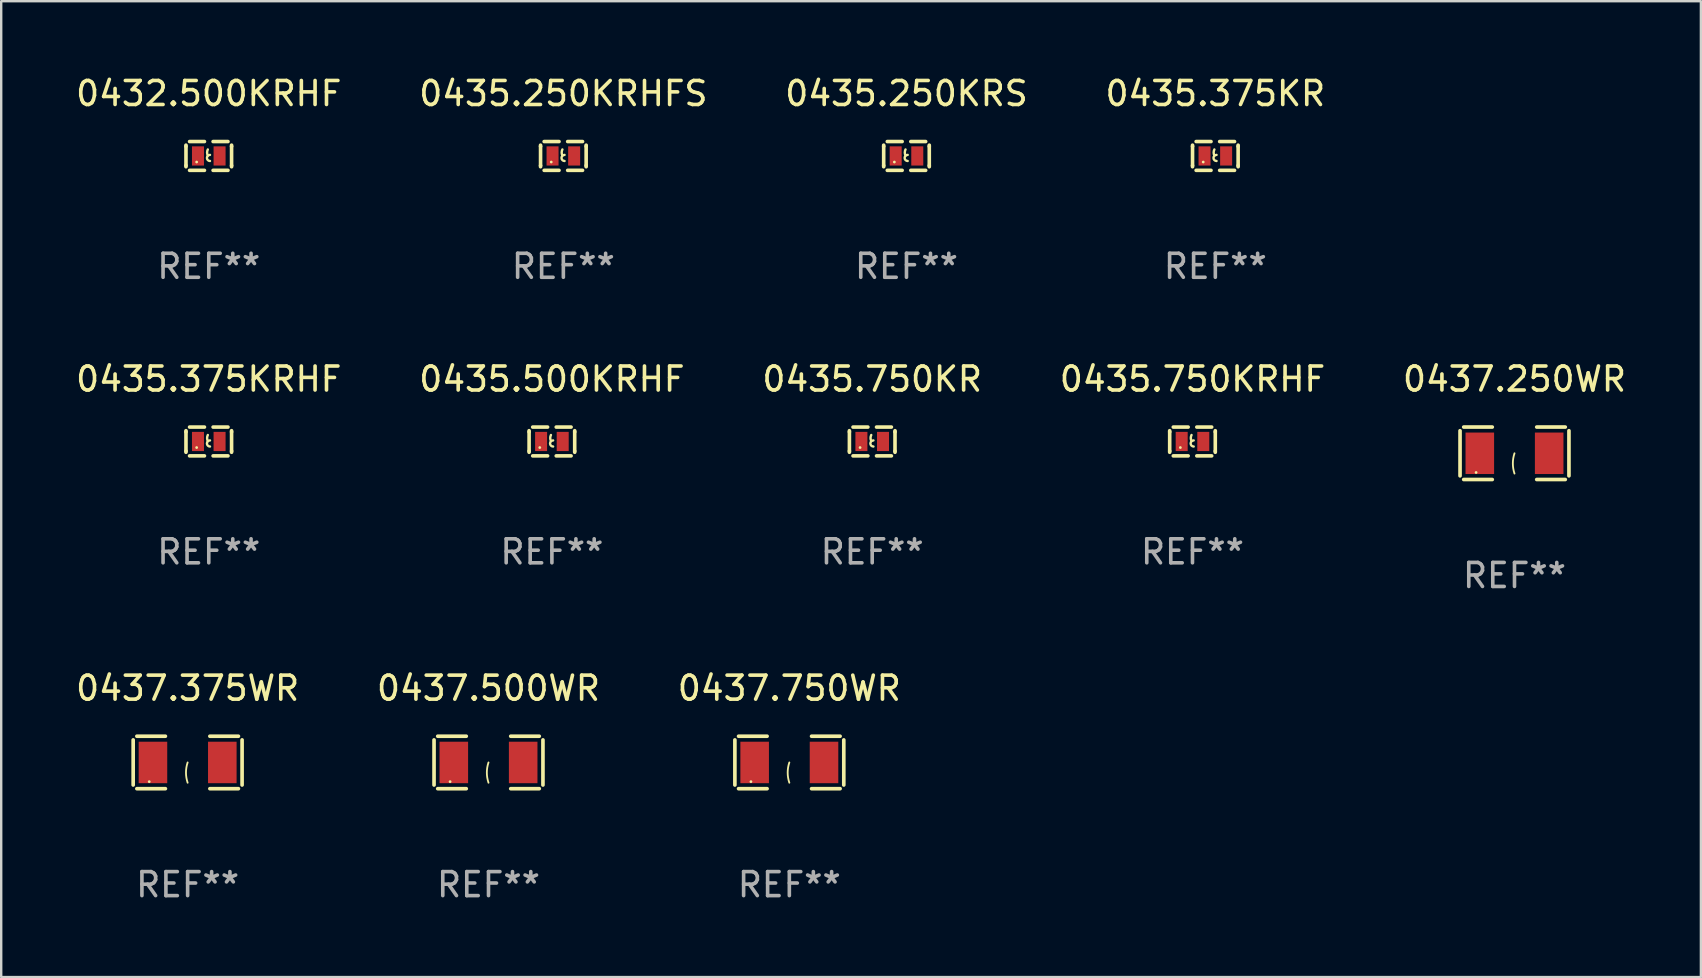
<source format=kicad_pcb>
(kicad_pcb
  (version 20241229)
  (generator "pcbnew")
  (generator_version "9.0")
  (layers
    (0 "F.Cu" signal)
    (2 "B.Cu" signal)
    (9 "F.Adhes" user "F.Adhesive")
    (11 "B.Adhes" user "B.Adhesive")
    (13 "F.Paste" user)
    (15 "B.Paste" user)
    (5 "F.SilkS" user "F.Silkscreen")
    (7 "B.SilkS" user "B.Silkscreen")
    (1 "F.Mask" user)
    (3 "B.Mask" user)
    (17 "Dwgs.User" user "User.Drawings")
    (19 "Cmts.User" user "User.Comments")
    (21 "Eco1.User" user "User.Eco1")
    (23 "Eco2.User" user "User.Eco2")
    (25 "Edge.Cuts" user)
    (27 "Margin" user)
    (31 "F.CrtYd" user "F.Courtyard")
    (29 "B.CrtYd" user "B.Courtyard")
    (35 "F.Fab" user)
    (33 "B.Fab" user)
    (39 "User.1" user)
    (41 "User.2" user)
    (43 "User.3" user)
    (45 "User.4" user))
  (footprint "0435.250KRHFS"
    (layer "F.Cu")
    (at 20.423 3.448)
    (property "Reference" "0435.250KRHFS" (at 0 -2.6 0) (layer "F.SilkS") (effects (font (size 1 1) (thickness 0.15))))
    (attr through_hole)
    (fp_line (start -0.95 -0.45) (end -0.95 -0.4) (stroke (width 0.15) (type solid)) (layer "F.SilkS"))
    (fp_line (start -0.95 -0.4) (end -0.95 0.4) (stroke (width 0.15) (type solid)) (layer "F.SilkS"))
    (fp_line (start -0.95 0.45) (end -0.95 0.4) (stroke (width 0.15) (type solid)) (layer "F.SilkS"))
    (fp_line (start -0.18 -0.6) (end -0.8 -0.6) (stroke (width 0.15) (type solid)) (layer "F.SilkS"))
    (fp_line (start -0.18 0.6) (end -0.8 0.6) (stroke (width 0.15) (type solid)) (layer "F.SilkS"))
    (fp_line (start 0.18 -0.6) (end 0.8 -0.6) (stroke (width 0.15) (type solid)) (layer "F.SilkS"))
    (fp_line (start 0.18 0.6) (end 0.8 0.6) (stroke (width 0.15) (type solid)) (layer "F.SilkS"))
    (fp_line (start 0.95 -0.45) (end 0.95 -0.4) (stroke (width 0.15) (type solid)) (layer "F.SilkS"))
    (fp_line (start 0.95 -0.4) (end 0.95 0.4) (stroke (width 0.15) (type solid)) (layer "F.SilkS"))
    (fp_line (start 0.95 0.45) (end 0.95 0.4) (stroke (width 0.15) (type solid)) (layer "F.SilkS"))
    (fp_arc (start -0.039942 -0.016052) (mid -0.069923 -0.143053) (end -0.039942 -0.270053) (stroke (width 0.1) (type solid)) (layer "F.SilkS"))
    (fp_arc (start 0.050076 0.209957) (mid -0.076924 0.082957) (end 0.050076 -0.044043) (stroke (width 0.1) (type solid)) (layer "F.SilkS"))
    (fp_circle (center -0.505 0.253) (end -0.475 0.253) (stroke (width 0.06) (type solid)) (fill no) (layer "F.SilkS"))
    (fp_text user "REF**" (at 0 4.6 0) (layer "F.Fab") (effects (font (size 1 1) (thickness 0.15))))
    (pad "1" smd rect (at -0.45 -0.000051) (size 0.5 0.8) (layers "F.Cu" "F.Mask" "F.Paste"))
    (pad "2" smd rect (at 0.45 -0.000051) (size 0.5 0.8) (layers "F.Cu" "F.Mask" "F.Paste")))
  (footprint "0435.250KRS"
    (layer "F.Cu")
    (at 34.72 3.448)
    (property "Reference" "0435.250KRS" (at 0 -2.6 0) (layer "F.SilkS") (effects (font (size 1 1) (thickness 0.15))))
    (attr through_hole)
    (fp_line (start -0.95 -0.45) (end -0.95 -0.4) (stroke (width 0.15) (type solid)) (layer "F.SilkS"))
    (fp_line (start -0.95 -0.4) (end -0.95 0.4) (stroke (width 0.15) (type solid)) (layer "F.SilkS"))
    (fp_line (start -0.95 0.45) (end -0.95 0.4) (stroke (width 0.15) (type solid)) (layer "F.SilkS"))
    (fp_line (start -0.18 -0.6) (end -0.8 -0.6) (stroke (width 0.15) (type solid)) (layer "F.SilkS"))
    (fp_line (start -0.18 0.6) (end -0.8 0.6) (stroke (width 0.15) (type solid)) (layer "F.SilkS"))
    (fp_line (start 0.18 -0.6) (end 0.8 -0.6) (stroke (width 0.15) (type solid)) (layer "F.SilkS"))
    (fp_line (start 0.18 0.6) (end 0.8 0.6) (stroke (width 0.15) (type solid)) (layer "F.SilkS"))
    (fp_line (start 0.95 -0.45) (end 0.95 -0.4) (stroke (width 0.15) (type solid)) (layer "F.SilkS"))
    (fp_line (start 0.95 -0.4) (end 0.95 0.4) (stroke (width 0.15) (type solid)) (layer "F.SilkS"))
    (fp_line (start 0.95 0.45) (end 0.95 0.4) (stroke (width 0.15) (type solid)) (layer "F.SilkS"))
    (fp_arc (start -0.039942 -0.016052) (mid -0.069923 -0.143053) (end -0.039942 -0.270053) (stroke (width 0.1) (type solid)) (layer "F.SilkS"))
    (fp_arc (start 0.050076 0.209957) (mid -0.076924 0.082957) (end 0.050076 -0.044043) (stroke (width 0.1) (type solid)) (layer "F.SilkS"))
    (fp_circle (center -0.505 0.253) (end -0.475 0.253) (stroke (width 0.06) (type solid)) (fill no) (layer "F.SilkS"))
    (fp_text user "REF**" (at 0 4.6 0) (layer "F.Fab") (effects (font (size 1 1) (thickness 0.15))))
    (pad "1" smd rect (at -0.45 -0.000051) (size 0.5 0.8) (layers "F.Cu" "F.Mask" "F.Paste"))
    (pad "2" smd rect (at 0.45 -0.000051) (size 0.5 0.8) (layers "F.Cu" "F.Mask" "F.Paste")))
  (footprint "0432.500KRHF"
    (layer "F.Cu")
    (at 5.649 3.448)
    (property "Reference" "0432.500KRHF" (at 0 -2.6 0) (layer "F.SilkS") (effects (font (size 1 1) (thickness 0.15))))
    (attr through_hole)
    (fp_line (start -0.95 -0.45) (end -0.95 -0.4) (stroke (width 0.15) (type solid)) (layer "F.SilkS"))
    (fp_line (start -0.95 -0.4) (end -0.95 0.4) (stroke (width 0.15) (type solid)) (layer "F.SilkS"))
    (fp_line (start -0.95 0.45) (end -0.95 0.4) (stroke (width 0.15) (type solid)) (layer "F.SilkS"))
    (fp_line (start -0.18 -0.6) (end -0.8 -0.6) (stroke (width 0.15) (type solid)) (layer "F.SilkS"))
    (fp_line (start -0.18 0.6) (end -0.8 0.6) (stroke (width 0.15) (type solid)) (layer "F.SilkS"))
    (fp_line (start 0.18 -0.6) (end 0.8 -0.6) (stroke (width 0.15) (type solid)) (layer "F.SilkS"))
    (fp_line (start 0.18 0.6) (end 0.8 0.6) (stroke (width 0.15) (type solid)) (layer "F.SilkS"))
    (fp_line (start 0.95 -0.45) (end 0.95 -0.4) (stroke (width 0.15) (type solid)) (layer "F.SilkS"))
    (fp_line (start 0.95 -0.4) (end 0.95 0.4) (stroke (width 0.15) (type solid)) (layer "F.SilkS"))
    (fp_line (start 0.95 0.45) (end 0.95 0.4) (stroke (width 0.15) (type solid)) (layer "F.SilkS"))
    (fp_arc (start -0.039942 -0.016052) (mid -0.069923 -0.143053) (end -0.039942 -0.270053) (stroke (width 0.1) (type solid)) (layer "F.SilkS"))
    (fp_arc (start 0.050076 0.209957) (mid -0.076924 0.082957) (end 0.050076 -0.044043) (stroke (width 0.1) (type solid)) (layer "F.SilkS"))
    (fp_circle (center -0.505 0.253) (end -0.475 0.253) (stroke (width 0.06) (type solid)) (fill no) (layer "F.SilkS"))
    (fp_text user "REF**" (at 0 4.6 0) (layer "F.Fab") (effects (font (size 1 1) (thickness 0.15))))
    (pad "1" smd rect (at -0.45 -0.000051) (size 0.5 0.8) (layers "F.Cu" "F.Mask" "F.Paste"))
    (pad "2" smd rect (at 0.45 -0.000051) (size 0.5 0.8) (layers "F.Cu" "F.Mask" "F.Paste")))
  (footprint "0435.500KRHF"
    (layer "F.Cu")
    (at 19.946 15.345)
    (property "Reference" "0435.500KRHF" (at 0 -2.6 0) (layer "F.SilkS") (effects (font (size 1 1) (thickness 0.15))))
    (attr through_hole)
    (fp_line (start -0.95 -0.45) (end -0.95 -0.4) (stroke (width 0.15) (type solid)) (layer "F.SilkS"))
    (fp_line (start -0.95 -0.4) (end -0.95 0.4) (stroke (width 0.15) (type solid)) (layer "F.SilkS"))
    (fp_line (start -0.95 0.45) (end -0.95 0.4) (stroke (width 0.15) (type solid)) (layer "F.SilkS"))
    (fp_line (start -0.18 -0.6) (end -0.8 -0.6) (stroke (width 0.15) (type solid)) (layer "F.SilkS"))
    (fp_line (start -0.18 0.6) (end -0.8 0.6) (stroke (width 0.15) (type solid)) (layer "F.SilkS"))
    (fp_line (start 0.18 -0.6) (end 0.8 -0.6) (stroke (width 0.15) (type solid)) (layer "F.SilkS"))
    (fp_line (start 0.18 0.6) (end 0.8 0.6) (stroke (width 0.15) (type solid)) (layer "F.SilkS"))
    (fp_line (start 0.95 -0.45) (end 0.95 -0.4) (stroke (width 0.15) (type solid)) (layer "F.SilkS"))
    (fp_line (start 0.95 -0.4) (end 0.95 0.4) (stroke (width 0.15) (type solid)) (layer "F.SilkS"))
    (fp_line (start 0.95 0.45) (end 0.95 0.4) (stroke (width 0.15) (type solid)) (layer "F.SilkS"))
    (fp_arc (start -0.039942 -0.016052) (mid -0.069923 -0.143053) (end -0.039942 -0.270053) (stroke (width 0.1) (type solid)) (layer "F.SilkS"))
    (fp_arc (start 0.050076 0.209957) (mid -0.076924 0.082957) (end 0.050076 -0.044043) (stroke (width 0.1) (type solid)) (layer "F.SilkS"))
    (fp_circle (center -0.505 0.253) (end -0.475 0.253) (stroke (width 0.06) (type solid)) (fill no) (layer "F.SilkS"))
    (fp_text user "REF**" (at 0 4.6 0) (layer "F.Fab") (effects (font (size 1 1) (thickness 0.15))))
    (pad "1" smd rect (at -0.45 -0.000051) (size 0.5 0.8) (layers "F.Cu" "F.Mask" "F.Paste"))
    (pad "2" smd rect (at 0.45 -0.000051) (size 0.5 0.8) (layers "F.Cu" "F.Mask" "F.Paste")))
  (footprint "0437.500WR"
    (layer "F.Cu")
    (at 17.304 28.719)
    (property "Reference" "0437.500WR" (at 0 -3.093 0) (layer "F.SilkS") (effects (font (size 1 1) (thickness 0.15))))
    (attr through_hole)
    (fp_line (start -2.269 -0.94) (end -2.269 0.94) (stroke (width 0.152) (type solid)) (layer "F.SilkS"))
    (fp_line (start -2.116 1.093) (end -0.926 1.093) (stroke (width 0.152) (type solid)) (layer "F.SilkS"))
    (fp_line (start -0.926 -1.093) (end -2.116 -1.093) (stroke (width 0.152) (type solid)) (layer "F.SilkS"))
    (fp_line (start 0.926 -1.093) (end 2.116 -1.093) (stroke (width 0.152) (type solid)) (layer "F.SilkS"))
    (fp_line (start 2.116 1.093) (end 0.926 1.093) (stroke (width 0.152) (type solid)) (layer "F.SilkS"))
    (fp_line (start 2.269 -0.94) (end 2.269 0.94) (stroke (width 0.152) (type solid)) (layer "F.SilkS"))
    (fp_arc (start 0 0.844951) (mid -0.068559 0.422475) (end 0 0) (stroke (width 0.0762) (type solid)) (layer "F.SilkS"))
    (fp_circle (center -1.6 0.8) (end -1.57 0.8) (stroke (width 0.06) (type solid)) (fill no) (layer "F.SilkS"))
    (fp_text user "REF**" (at 0 5.093 0) (layer "F.Fab") (effects (font (size 1 1) (thickness 0.15))))
    (pad "1" smd rect (at -1.445 0) (size 1.19 1.728) (layers "F.Cu" "F.Mask" "F.Paste"))
    (pad "2" smd rect (at 1.445 0) (size 1.19 1.728) (layers "F.Cu" "F.Mask" "F.Paste")))
  (footprint "0435.750KRHF"
    (layer "F.Cu")
    (at 46.637 15.345)
    (property "Reference" "0435.750KRHF" (at 0 -2.6 0) (layer "F.SilkS") (effects (font (size 1 1) (thickness 0.15))))
    (attr through_hole)
    (fp_line (start -0.95 -0.45) (end -0.95 -0.4) (stroke (width 0.15) (type solid)) (layer "F.SilkS"))
    (fp_line (start -0.95 -0.4) (end -0.95 0.4) (stroke (width 0.15) (type solid)) (layer "F.SilkS"))
    (fp_line (start -0.95 0.45) (end -0.95 0.4) (stroke (width 0.15) (type solid)) (layer "F.SilkS"))
    (fp_line (start -0.18 -0.6) (end -0.8 -0.6) (stroke (width 0.15) (type solid)) (layer "F.SilkS"))
    (fp_line (start -0.18 0.6) (end -0.8 0.6) (stroke (width 0.15) (type solid)) (layer "F.SilkS"))
    (fp_line (start 0.18 -0.6) (end 0.8 -0.6) (stroke (width 0.15) (type solid)) (layer "F.SilkS"))
    (fp_line (start 0.18 0.6) (end 0.8 0.6) (stroke (width 0.15) (type solid)) (layer "F.SilkS"))
    (fp_line (start 0.95 -0.45) (end 0.95 -0.4) (stroke (width 0.15) (type solid)) (layer "F.SilkS"))
    (fp_line (start 0.95 -0.4) (end 0.95 0.4) (stroke (width 0.15) (type solid)) (layer "F.SilkS"))
    (fp_line (start 0.95 0.45) (end 0.95 0.4) (stroke (width 0.15) (type solid)) (layer "F.SilkS"))
    (fp_arc (start -0.039942 -0.016052) (mid -0.069923 -0.143053) (end -0.039942 -0.270053) (stroke (width 0.1) (type solid)) (layer "F.SilkS"))
    (fp_arc (start 0.050076 0.209957) (mid -0.076924 0.082957) (end 0.050076 -0.044043) (stroke (width 0.1) (type solid)) (layer "F.SilkS"))
    (fp_circle (center -0.505 0.253) (end -0.475 0.253) (stroke (width 0.06) (type solid)) (fill no) (layer "F.SilkS"))
    (fp_text user "REF**" (at 0 4.6 0) (layer "F.Fab") (effects (font (size 1 1) (thickness 0.15))))
    (pad "1" smd rect (at -0.45 -0.000051) (size 0.5 0.8) (layers "F.Cu" "F.Mask" "F.Paste"))
    (pad "2" smd rect (at 0.45 -0.000051) (size 0.5 0.8) (layers "F.Cu" "F.Mask" "F.Paste")))
  (footprint "0435.750KR"
    (layer "F.Cu")
    (at 33.292 15.345)
    (property "Reference" "0435.750KR" (at 0 -2.6 0) (layer "F.SilkS") (effects (font (size 1 1) (thickness 0.15))))
    (attr through_hole)
    (fp_line (start -0.95 -0.45) (end -0.95 -0.4) (stroke (width 0.15) (type solid)) (layer "F.SilkS"))
    (fp_line (start -0.95 -0.4) (end -0.95 0.4) (stroke (width 0.15) (type solid)) (layer "F.SilkS"))
    (fp_line (start -0.95 0.45) (end -0.95 0.4) (stroke (width 0.15) (type solid)) (layer "F.SilkS"))
    (fp_line (start -0.18 -0.6) (end -0.8 -0.6) (stroke (width 0.15) (type solid)) (layer "F.SilkS"))
    (fp_line (start -0.18 0.6) (end -0.8 0.6) (stroke (width 0.15) (type solid)) (layer "F.SilkS"))
    (fp_line (start 0.18 -0.6) (end 0.8 -0.6) (stroke (width 0.15) (type solid)) (layer "F.SilkS"))
    (fp_line (start 0.18 0.6) (end 0.8 0.6) (stroke (width 0.15) (type solid)) (layer "F.SilkS"))
    (fp_line (start 0.95 -0.45) (end 0.95 -0.4) (stroke (width 0.15) (type solid)) (layer "F.SilkS"))
    (fp_line (start 0.95 -0.4) (end 0.95 0.4) (stroke (width 0.15) (type solid)) (layer "F.SilkS"))
    (fp_line (start 0.95 0.45) (end 0.95 0.4) (stroke (width 0.15) (type solid)) (layer "F.SilkS"))
    (fp_arc (start -0.039942 -0.016052) (mid -0.069923 -0.143053) (end -0.039942 -0.270053) (stroke (width 0.1) (type solid)) (layer "F.SilkS"))
    (fp_arc (start 0.050076 0.209957) (mid -0.076924 0.082957) (end 0.050076 -0.044043) (stroke (width 0.1) (type solid)) (layer "F.SilkS"))
    (fp_circle (center -0.505 0.253) (end -0.475 0.253) (stroke (width 0.06) (type solid)) (fill no) (layer "F.SilkS"))
    (fp_text user "REF**" (at 0 4.6 0) (layer "F.Fab") (effects (font (size 1 1) (thickness 0.15))))
    (pad "1" smd rect (at -0.45 -0.000051) (size 0.5 0.8) (layers "F.Cu" "F.Mask" "F.Paste"))
    (pad "2" smd rect (at 0.45 -0.000051) (size 0.5 0.8) (layers "F.Cu" "F.Mask" "F.Paste")))
  (footprint "0437.375WR"
    (layer "F.Cu")
    (at 4.768 28.719)
    (property "Reference" "0437.375WR" (at 0 -3.093 0) (layer "F.SilkS") (effects (font (size 1 1) (thickness 0.15))))
    (attr through_hole)
    (fp_line (start -2.269 -0.94) (end -2.269 0.94) (stroke (width 0.152) (type solid)) (layer "F.SilkS"))
    (fp_line (start -2.116 1.093) (end -0.926 1.093) (stroke (width 0.152) (type solid)) (layer "F.SilkS"))
    (fp_line (start -0.926 -1.093) (end -2.116 -1.093) (stroke (width 0.152) (type solid)) (layer "F.SilkS"))
    (fp_line (start 0.926 -1.093) (end 2.116 -1.093) (stroke (width 0.152) (type solid)) (layer "F.SilkS"))
    (fp_line (start 2.116 1.093) (end 0.926 1.093) (stroke (width 0.152) (type solid)) (layer "F.SilkS"))
    (fp_line (start 2.269 -0.94) (end 2.269 0.94) (stroke (width 0.152) (type solid)) (layer "F.SilkS"))
    (fp_arc (start 0 0.844951) (mid -0.068559 0.422475) (end 0 0) (stroke (width 0.0762) (type solid)) (layer "F.SilkS"))
    (fp_circle (center -1.6 0.8) (end -1.57 0.8) (stroke (width 0.06) (type solid)) (fill no) (layer "F.SilkS"))
    (fp_text user "REF**" (at 0 5.093 0) (layer "F.Fab") (effects (font (size 1 1) (thickness 0.15))))
    (pad "1" smd rect (at -1.445 0) (size 1.19 1.728) (layers "F.Cu" "F.Mask" "F.Paste"))
    (pad "2" smd rect (at 1.445 0) (size 1.19 1.728) (layers "F.Cu" "F.Mask" "F.Paste")))
  (footprint "0437.750WR"
    (layer "F.Cu")
    (at 29.839 28.719)
    (property "Reference" "0437.750WR" (at 0 -3.093 0) (layer "F.SilkS") (effects (font (size 1 1) (thickness 0.15))))
    (attr through_hole)
    (fp_line (start -2.269 -0.94) (end -2.269 0.94) (stroke (width 0.152) (type solid)) (layer "F.SilkS"))
    (fp_line (start -2.116 1.093) (end -0.926 1.093) (stroke (width 0.152) (type solid)) (layer "F.SilkS"))
    (fp_line (start -0.926 -1.093) (end -2.116 -1.093) (stroke (width 0.152) (type solid)) (layer "F.SilkS"))
    (fp_line (start 0.926 -1.093) (end 2.116 -1.093) (stroke (width 0.152) (type solid)) (layer "F.SilkS"))
    (fp_line (start 2.116 1.093) (end 0.926 1.093) (stroke (width 0.152) (type solid)) (layer "F.SilkS"))
    (fp_line (start 2.269 -0.94) (end 2.269 0.94) (stroke (width 0.152) (type solid)) (layer "F.SilkS"))
    (fp_arc (start 0 0.844951) (mid -0.068559 0.422475) (end 0 0) (stroke (width 0.0762) (type solid)) (layer "F.SilkS"))
    (fp_circle (center -1.6 0.8) (end -1.57 0.8) (stroke (width 0.06) (type solid)) (fill no) (layer "F.SilkS"))
    (fp_text user "REF**" (at 0 5.093 0) (layer "F.Fab") (effects (font (size 1 1) (thickness 0.15))))
    (pad "1" smd rect (at -1.445 0) (size 1.19 1.728) (layers "F.Cu" "F.Mask" "F.Paste"))
    (pad "2" smd rect (at 1.445 0) (size 1.19 1.728) (layers "F.Cu" "F.Mask" "F.Paste")))
  (footprint "0435.375KRHF"
    (layer "F.Cu")
    (at 5.649 15.345)
    (property "Reference" "0435.375KRHF" (at 0 -2.6 0) (layer "F.SilkS") (effects (font (size 1 1) (thickness 0.15))))
    (attr through_hole)
    (fp_line (start -0.95 -0.45) (end -0.95 -0.4) (stroke (width 0.15) (type solid)) (layer "F.SilkS"))
    (fp_line (start -0.95 -0.4) (end -0.95 0.4) (stroke (width 0.15) (type solid)) (layer "F.SilkS"))
    (fp_line (start -0.95 0.45) (end -0.95 0.4) (stroke (width 0.15) (type solid)) (layer "F.SilkS"))
    (fp_line (start -0.18 -0.6) (end -0.8 -0.6) (stroke (width 0.15) (type solid)) (layer "F.SilkS"))
    (fp_line (start -0.18 0.6) (end -0.8 0.6) (stroke (width 0.15) (type solid)) (layer "F.SilkS"))
    (fp_line (start 0.18 -0.6) (end 0.8 -0.6) (stroke (width 0.15) (type solid)) (layer "F.SilkS"))
    (fp_line (start 0.18 0.6) (end 0.8 0.6) (stroke (width 0.15) (type solid)) (layer "F.SilkS"))
    (fp_line (start 0.95 -0.45) (end 0.95 -0.4) (stroke (width 0.15) (type solid)) (layer "F.SilkS"))
    (fp_line (start 0.95 -0.4) (end 0.95 0.4) (stroke (width 0.15) (type solid)) (layer "F.SilkS"))
    (fp_line (start 0.95 0.45) (end 0.95 0.4) (stroke (width 0.15) (type solid)) (layer "F.SilkS"))
    (fp_arc (start -0.039942 -0.016052) (mid -0.069923 -0.143053) (end -0.039942 -0.270053) (stroke (width 0.1) (type solid)) (layer "F.SilkS"))
    (fp_arc (start 0.050076 0.209957) (mid -0.076924 0.082957) (end 0.050076 -0.044043) (stroke (width 0.1) (type solid)) (layer "F.SilkS"))
    (fp_circle (center -0.505 0.253) (end -0.475 0.253) (stroke (width 0.06) (type solid)) (fill no) (layer "F.SilkS"))
    (fp_text user "REF**" (at 0 4.6 0) (layer "F.Fab") (effects (font (size 1 1) (thickness 0.15))))
    (pad "1" smd rect (at -0.45 -0.000051) (size 0.5 0.8) (layers "F.Cu" "F.Mask" "F.Paste"))
    (pad "2" smd rect (at 0.45 -0.000051) (size 0.5 0.8) (layers "F.Cu" "F.Mask" "F.Paste")))
  (footprint "0437.250WR"
    (layer "F.Cu")
    (at 60.054 15.837)
    (property "Reference" "0437.250WR" (at 0 -3.093 0) (layer "F.SilkS") (effects (font (size 1 1) (thickness 0.15))))
    (attr through_hole)
    (fp_line (start -2.269 -0.94) (end -2.269 0.94) (stroke (width 0.152) (type solid)) (layer "F.SilkS"))
    (fp_line (start -2.116 1.093) (end -0.926 1.093) (stroke (width 0.152) (type solid)) (layer "F.SilkS"))
    (fp_line (start -0.926 -1.093) (end -2.116 -1.093) (stroke (width 0.152) (type solid)) (layer "F.SilkS"))
    (fp_line (start 0.926 -1.093) (end 2.116 -1.093) (stroke (width 0.152) (type solid)) (layer "F.SilkS"))
    (fp_line (start 2.116 1.093) (end 0.926 1.093) (stroke (width 0.152) (type solid)) (layer "F.SilkS"))
    (fp_line (start 2.269 -0.94) (end 2.269 0.94) (stroke (width 0.152) (type solid)) (layer "F.SilkS"))
    (fp_arc (start 0 0.844951) (mid -0.068559 0.422475) (end 0 0) (stroke (width 0.0762) (type solid)) (layer "F.SilkS"))
    (fp_circle (center -1.6 0.8) (end -1.57 0.8) (stroke (width 0.06) (type solid)) (fill no) (layer "F.SilkS"))
    (fp_text user "REF**" (at 0 5.093 0) (layer "F.Fab") (effects (font (size 1 1) (thickness 0.15))))
    (pad "1" smd rect (at -1.445 0) (size 1.19 1.728) (layers "F.Cu" "F.Mask" "F.Paste"))
    (pad "2" smd rect (at 1.445 0) (size 1.19 1.728) (layers "F.Cu" "F.Mask" "F.Paste")))
  (footprint "0435.375KR"
    (layer "F.Cu")
    (at 47.589 3.448)
    (property "Reference" "0435.375KR" (at 0 -2.6 0) (layer "F.SilkS") (effects (font (size 1 1) (thickness 0.15))))
    (attr through_hole)
    (fp_line (start -0.95 -0.45) (end -0.95 -0.4) (stroke (width 0.15) (type solid)) (layer "F.SilkS"))
    (fp_line (start -0.95 -0.4) (end -0.95 0.4) (stroke (width 0.15) (type solid)) (layer "F.SilkS"))
    (fp_line (start -0.95 0.45) (end -0.95 0.4) (stroke (width 0.15) (type solid)) (layer "F.SilkS"))
    (fp_line (start -0.18 -0.6) (end -0.8 -0.6) (stroke (width 0.15) (type solid)) (layer "F.SilkS"))
    (fp_line (start -0.18 0.6) (end -0.8 0.6) (stroke (width 0.15) (type solid)) (layer "F.SilkS"))
    (fp_line (start 0.18 -0.6) (end 0.8 -0.6) (stroke (width 0.15) (type solid)) (layer "F.SilkS"))
    (fp_line (start 0.18 0.6) (end 0.8 0.6) (stroke (width 0.15) (type solid)) (layer "F.SilkS"))
    (fp_line (start 0.95 -0.45) (end 0.95 -0.4) (stroke (width 0.15) (type solid)) (layer "F.SilkS"))
    (fp_line (start 0.95 -0.4) (end 0.95 0.4) (stroke (width 0.15) (type solid)) (layer "F.SilkS"))
    (fp_line (start 0.95 0.45) (end 0.95 0.4) (stroke (width 0.15) (type solid)) (layer "F.SilkS"))
    (fp_arc (start -0.039942 -0.016052) (mid -0.069923 -0.143053) (end -0.039942 -0.270053) (stroke (width 0.1) (type solid)) (layer "F.SilkS"))
    (fp_arc (start 0.050076 0.209957) (mid -0.076924 0.082957) (end 0.050076 -0.044043) (stroke (width 0.1) (type solid)) (layer "F.SilkS"))
    (fp_circle (center -0.505 0.253) (end -0.475 0.253) (stroke (width 0.06) (type solid)) (fill no) (layer "F.SilkS"))
    (fp_text user "REF**" (at 0 4.6 0) (layer "F.Fab") (effects (font (size 1 1) (thickness 0.15))))
    (pad "1" smd rect (at -0.45 -0.000051) (size 0.5 0.8) (layers "F.Cu" "F.Mask" "F.Paste"))
    (pad "2" smd rect (at 0.45 -0.000051) (size 0.5 0.8) (layers "F.Cu" "F.Mask" "F.Paste")))
  (gr_rect
    (start -3 -3)
    (end 67.821 37.66)
    (stroke (width 0.1) (type default))
    (fill no)
    (layer "Edge.Cuts")))
</source>
